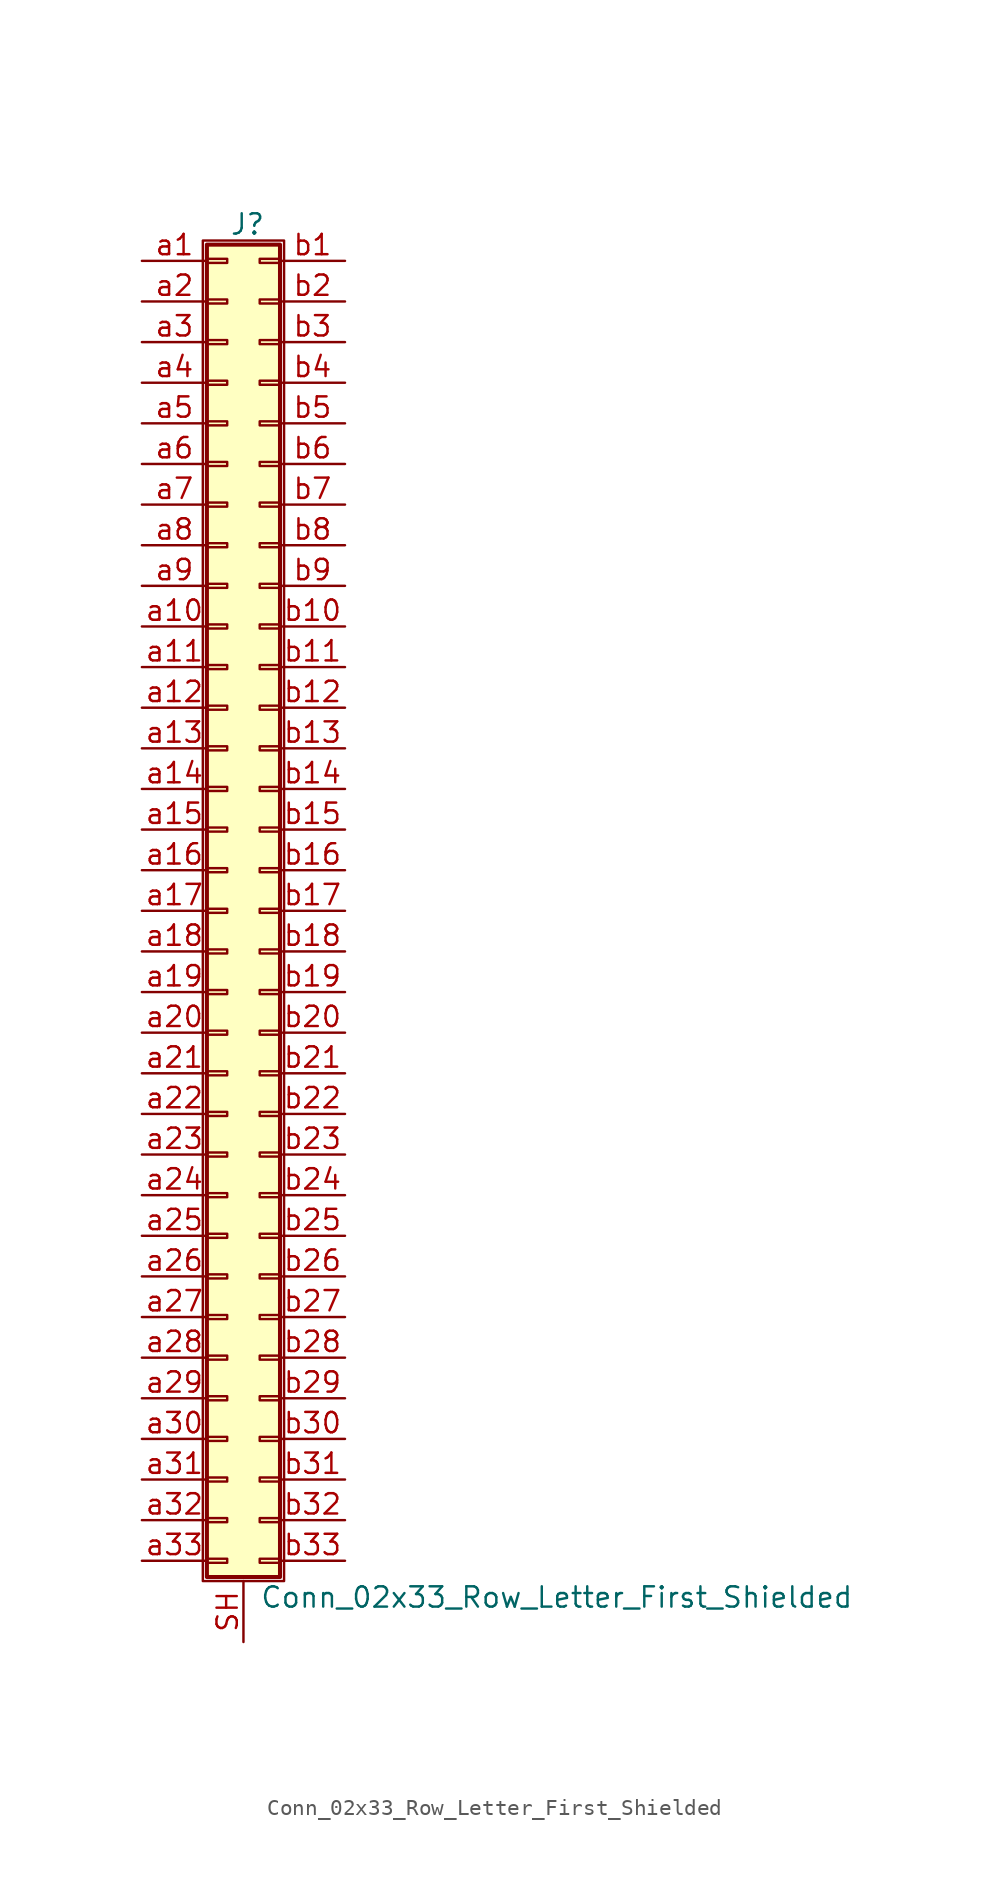
<source format=kicad_sym>
(kicad_symbol_lib
  (version 20201005)
  (generator kicad_symbol_editor)
  (symbol "Conn_02x33_Row_Letter_First_Shielded"
    (pin_names
      (offset 1.016) hide)
    (property "Reference" "J"
      (at 1.524 42.926 0)
      (effects (font (size 1.27 1.27))))
    (property "Value" "Conn_02x33_Row_Letter_First_Shielded"
      (at 2.286 -42.926 0)
      (effects (font (size 1.27 1.27)) (justify left)))
    (symbol "Conn_02x33_Row_Letter_First_Shielded_1_1"
      (rectangle (start -1.27 41.91) (end 3.81 -41.91) (stroke (width 0.152)) (fill (type none)))
      (rectangle (start -1.016 -40.513) (end 0.254 -40.767) (stroke (width 0.152)) (fill (type none)))
      (rectangle (start -1.016 -37.973) (end 0.254 -38.227) (stroke (width 0.152)) (fill (type none)))
      (rectangle (start -1.016 -35.433) (end 0.254 -35.687) (stroke (width 0.152)) (fill (type none)))
      (rectangle (start -1.016 -32.893) (end 0.254 -33.147) (stroke (width 0.152)) (fill (type none)))
      (rectangle (start -1.016 -30.353) (end 0.254 -30.607) (stroke (width 0.152)) (fill (type none)))
      (rectangle (start -1.016 -27.813) (end 0.254 -28.067) (stroke (width 0.152)) (fill (type none)))
      (rectangle (start -1.016 -25.273) (end 0.254 -25.527) (stroke (width 0.152)) (fill (type none)))
      (rectangle (start -1.016 -22.733) (end 0.254 -22.987) (stroke (width 0.152)) (fill (type none)))
      (rectangle (start -1.016 -20.193) (end 0.254 -20.447) (stroke (width 0.152)) (fill (type none)))
      (rectangle (start -1.016 -17.653) (end 0.254 -17.907) (stroke (width 0.152)) (fill (type none)))
      (rectangle (start -1.016 -15.113) (end 0.254 -15.367) (stroke (width 0.152)) (fill (type none)))
      (rectangle (start -1.016 -12.573) (end 0.254 -12.827) (stroke (width 0.152)) (fill (type none)))
      (rectangle (start -1.016 -10.033) (end 0.254 -10.287) (stroke (width 0.152)) (fill (type none)))
      (rectangle (start -1.016 -7.493) (end 0.254 -7.747) (stroke (width 0.152)) (fill (type none)))
      (rectangle (start -1.016 -4.953) (end 0.254 -5.207) (stroke (width 0.152)) (fill (type none)))
      (rectangle (start -1.016 -2.413) (end 0.254 -2.667) (stroke (width 0.152)) (fill (type none)))
      (rectangle (start -1.016 0.127) (end 0.254 -0.127) (stroke (width 0.152)) (fill (type none)))
      (rectangle (start -1.016 2.667) (end 0.254 2.413) (stroke (width 0.152)) (fill (type none)))
      (rectangle (start -1.016 5.207) (end 0.254 4.953) (stroke (width 0.152)) (fill (type none)))
      (rectangle (start -1.016 7.747) (end 0.254 7.493) (stroke (width 0.152)) (fill (type none)))
      (rectangle (start -1.016 10.287) (end 0.254 10.033) (stroke (width 0.152)) (fill (type none)))
      (rectangle (start -1.016 12.827) (end 0.254 12.573) (stroke (width 0.152)) (fill (type none)))
      (rectangle (start -1.016 15.367) (end 0.254 15.113) (stroke (width 0.152)) (fill (type none)))
      (rectangle (start -1.016 17.907) (end 0.254 17.653) (stroke (width 0.152)) (fill (type none)))
      (rectangle (start -1.016 20.447) (end 0.254 20.193) (stroke (width 0.152)) (fill (type none)))
      (rectangle (start -1.016 22.987) (end 0.254 22.733) (stroke (width 0.152)) (fill (type none)))
      (rectangle (start -1.016 25.527) (end 0.254 25.273) (stroke (width 0.152)) (fill (type none)))
      (rectangle (start -1.016 28.067) (end 0.254 27.813) (stroke (width 0.152)) (fill (type none)))
      (rectangle (start -1.016 30.607) (end 0.254 30.353) (stroke (width 0.152)) (fill (type none)))
      (rectangle (start -1.016 33.147) (end 0.254 32.893) (stroke (width 0.152)) (fill (type none)))
      (rectangle (start -1.016 35.687) (end 0.254 35.433) (stroke (width 0.152)) (fill (type none)))
      (rectangle (start -1.016 38.227) (end 0.254 37.973) (stroke (width 0.152)) (fill (type none)))
      (rectangle (start -1.016 40.767) (end 0.254 40.513) (stroke (width 0.152)) (fill (type none)))
      (rectangle (start 3.556 -40.513) (end 2.286 -40.767) (stroke (width 0.152)) (fill (type none)))
      (rectangle (start 3.556 -37.973) (end 2.286 -38.227) (stroke (width 0.152)) (fill (type none)))
      (rectangle (start 3.556 -35.433) (end 2.286 -35.687) (stroke (width 0.152)) (fill (type none)))
      (rectangle (start 3.556 -32.893) (end 2.286 -33.147) (stroke (width 0.152)) (fill (type none)))
      (rectangle (start 3.556 -30.353) (end 2.286 -30.607) (stroke (width 0.152)) (fill (type none)))
      (rectangle (start 3.556 -27.813) (end 2.286 -28.067) (stroke (width 0.152)) (fill (type none)))
      (rectangle (start 3.556 -25.273) (end 2.286 -25.527) (stroke (width 0.152)) (fill (type none)))
      (rectangle (start 3.556 -22.733) (end 2.286 -22.987) (stroke (width 0.152)) (fill (type none)))
      (rectangle (start 3.556 -20.193) (end 2.286 -20.447) (stroke (width 0.152)) (fill (type none)))
      (rectangle (start 3.556 -17.653) (end 2.286 -17.907) (stroke (width 0.152)) (fill (type none)))
      (rectangle (start 3.556 -15.113) (end 2.286 -15.367) (stroke (width 0.152)) (fill (type none)))
      (rectangle (start 3.556 -12.573) (end 2.286 -12.827) (stroke (width 0.152)) (fill (type none)))
      (rectangle (start 3.556 -10.033) (end 2.286 -10.287) (stroke (width 0.152)) (fill (type none)))
      (rectangle (start 3.556 -7.493) (end 2.286 -7.747) (stroke (width 0.152)) (fill (type none)))
      (rectangle (start 3.556 -4.953) (end 2.286 -5.207) (stroke (width 0.152)) (fill (type none)))
      (rectangle (start 3.556 -2.413) (end 2.286 -2.667) (stroke (width 0.152)) (fill (type none)))
      (rectangle (start 3.556 0.127) (end 2.286 -0.127) (stroke (width 0.152)) (fill (type none)))
      (rectangle (start 3.556 2.667) (end 2.286 2.413) (stroke (width 0.152)) (fill (type none)))
      (rectangle (start 3.556 5.207) (end 2.286 4.953) (stroke (width 0.152)) (fill (type none)))
      (rectangle (start 3.556 7.747) (end 2.286 7.493) (stroke (width 0.152)) (fill (type none)))
      (rectangle (start 3.556 10.287) (end 2.286 10.033) (stroke (width 0.152)) (fill (type none)))
      (rectangle (start 3.556 12.827) (end 2.286 12.573) (stroke (width 0.152)) (fill (type none)))
      (rectangle (start 3.556 15.367) (end 2.286 15.113) (stroke (width 0.152)) (fill (type none)))
      (rectangle (start 3.556 17.907) (end 2.286 17.653) (stroke (width 0.152)) (fill (type none)))
      (rectangle (start 3.556 20.447) (end 2.286 20.193) (stroke (width 0.152)) (fill (type none)))
      (rectangle (start 3.556 22.987) (end 2.286 22.733) (stroke (width 0.152)) (fill (type none)))
      (rectangle (start 3.556 25.527) (end 2.286 25.273) (stroke (width 0.152)) (fill (type none)))
      (rectangle (start 3.556 28.067) (end 2.286 27.813) (stroke (width 0.152)) (fill (type none)))
      (rectangle (start 3.556 30.607) (end 2.286 30.353) (stroke (width 0.152)) (fill (type none)))
      (rectangle (start 3.556 33.147) (end 2.286 32.893) (stroke (width 0.152)) (fill (type none)))
      (rectangle (start 3.556 35.687) (end 2.286 35.433) (stroke (width 0.152)) (fill (type none)))
      (rectangle (start 3.556 38.227) (end 2.286 37.973) (stroke (width 0.152)) (fill (type none)))
      (rectangle (start 3.556 40.767) (end 2.286 40.513) (stroke (width 0.152)) (fill (type none)))
      (rectangle (start -1.016 41.656) (end 3.556 -41.656) (stroke (width 0.254)) (fill (type background)))
      (pin passive line (at 1.27 -45.72 90) (length 3.81) (name "Shield" (effects (font (size 1.27 1.27)))) (number "SH" (effects (font (size 1.27 1.27)))))
      (pin passive line (at -5.08 40.64 0) (length 4.064) (name "Pin_a1" (effects (font (size 1.27 1.27)))) (number "a1" (effects (font (size 1.27 1.27)))))
      (pin passive line (at -5.08 17.78 0) (length 4.064) (name "Pin_a10" (effects (font (size 1.27 1.27)))) (number "a10" (effects (font (size 1.27 1.27)))))
      (pin passive line (at -5.08 15.24 0) (length 4.064) (name "Pin_a11" (effects (font (size 1.27 1.27)))) (number "a11" (effects (font (size 1.27 1.27)))))
      (pin passive line (at -5.08 12.7 0) (length 4.064) (name "Pin_a12" (effects (font (size 1.27 1.27)))) (number "a12" (effects (font (size 1.27 1.27)))))
      (pin passive line (at -5.08 10.16 0) (length 4.064) (name "Pin_a13" (effects (font (size 1.27 1.27)))) (number "a13" (effects (font (size 1.27 1.27)))))
      (pin passive line (at -5.08 7.62 0) (length 4.064) (name "Pin_a14" (effects (font (size 1.27 1.27)))) (number "a14" (effects (font (size 1.27 1.27)))))
      (pin passive line (at -5.08 5.08 0) (length 4.064) (name "Pin_a15" (effects (font (size 1.27 1.27)))) (number "a15" (effects (font (size 1.27 1.27)))))
      (pin passive line (at -5.08 2.54 0) (length 4.064) (name "Pin_a16" (effects (font (size 1.27 1.27)))) (number "a16" (effects (font (size 1.27 1.27)))))
      (pin passive line (at -5.08 0 0) (length 4.064) (name "Pin_a17" (effects (font (size 1.27 1.27)))) (number "a17" (effects (font (size 1.27 1.27)))))
      (pin passive line (at -5.08 -2.54 0) (length 4.064) (name "Pin_a18" (effects (font (size 1.27 1.27)))) (number "a18" (effects (font (size 1.27 1.27)))))
      (pin passive line (at -5.08 -5.08 0) (length 4.064) (name "Pin_a19" (effects (font (size 1.27 1.27)))) (number "a19" (effects (font (size 1.27 1.27)))))
      (pin passive line (at -5.08 38.1 0) (length 4.064) (name "Pin_a2" (effects (font (size 1.27 1.27)))) (number "a2" (effects (font (size 1.27 1.27)))))
      (pin passive line (at -5.08 -7.62 0) (length 4.064) (name "Pin_a20" (effects (font (size 1.27 1.27)))) (number "a20" (effects (font (size 1.27 1.27)))))
      (pin passive line (at -5.08 -10.16 0) (length 4.064) (name "Pin_a21" (effects (font (size 1.27 1.27)))) (number "a21" (effects (font (size 1.27 1.27)))))
      (pin passive line (at -5.08 -12.7 0) (length 4.064) (name "Pin_a22" (effects (font (size 1.27 1.27)))) (number "a22" (effects (font (size 1.27 1.27)))))
      (pin passive line (at -5.08 -15.24 0) (length 4.064) (name "Pin_a23" (effects (font (size 1.27 1.27)))) (number "a23" (effects (font (size 1.27 1.27)))))
      (pin passive line (at -5.08 -17.78 0) (length 4.064) (name "Pin_a24" (effects (font (size 1.27 1.27)))) (number "a24" (effects (font (size 1.27 1.27)))))
      (pin passive line (at -5.08 -20.32 0) (length 4.064) (name "Pin_a25" (effects (font (size 1.27 1.27)))) (number "a25" (effects (font (size 1.27 1.27)))))
      (pin passive line (at -5.08 -22.86 0) (length 4.064) (name "Pin_a26" (effects (font (size 1.27 1.27)))) (number "a26" (effects (font (size 1.27 1.27)))))
      (pin passive line (at -5.08 -25.4 0) (length 4.064) (name "Pin_a27" (effects (font (size 1.27 1.27)))) (number "a27" (effects (font (size 1.27 1.27)))))
      (pin passive line (at -5.08 -27.94 0) (length 4.064) (name "Pin_a28" (effects (font (size 1.27 1.27)))) (number "a28" (effects (font (size 1.27 1.27)))))
      (pin passive line (at -5.08 -30.48 0) (length 4.064) (name "Pin_a29" (effects (font (size 1.27 1.27)))) (number "a29" (effects (font (size 1.27 1.27)))))
      (pin passive line (at -5.08 35.56 0) (length 4.064) (name "Pin_a3" (effects (font (size 1.27 1.27)))) (number "a3" (effects (font (size 1.27 1.27)))))
      (pin passive line (at -5.08 -33.02 0) (length 4.064) (name "Pin_a30" (effects (font (size 1.27 1.27)))) (number "a30" (effects (font (size 1.27 1.27)))))
      (pin passive line (at -5.08 -35.56 0) (length 4.064) (name "Pin_a31" (effects (font (size 1.27 1.27)))) (number "a31" (effects (font (size 1.27 1.27)))))
      (pin passive line (at -5.08 -38.1 0) (length 4.064) (name "Pin_a32" (effects (font (size 1.27 1.27)))) (number "a32" (effects (font (size 1.27 1.27)))))
      (pin passive line (at -5.08 -40.64 0) (length 4.064) (name "Pin_a33" (effects (font (size 1.27 1.27)))) (number "a33" (effects (font (size 1.27 1.27)))))
      (pin passive line (at -5.08 33.02 0) (length 4.064) (name "Pin_a4" (effects (font (size 1.27 1.27)))) (number "a4" (effects (font (size 1.27 1.27)))))
      (pin passive line (at -5.08 30.48 0) (length 4.064) (name "Pin_a5" (effects (font (size 1.27 1.27)))) (number "a5" (effects (font (size 1.27 1.27)))))
      (pin passive line (at -5.08 27.94 0) (length 4.064) (name "Pin_a6" (effects (font (size 1.27 1.27)))) (number "a6" (effects (font (size 1.27 1.27)))))
      (pin passive line (at -5.08 25.4 0) (length 4.064) (name "Pin_a7" (effects (font (size 1.27 1.27)))) (number "a7" (effects (font (size 1.27 1.27)))))
      (pin passive line (at -5.08 22.86 0) (length 4.064) (name "Pin_a8" (effects (font (size 1.27 1.27)))) (number "a8" (effects (font (size 1.27 1.27)))))
      (pin passive line (at -5.08 20.32 0) (length 4.064) (name "Pin_a9" (effects (font (size 1.27 1.27)))) (number "a9" (effects (font (size 1.27 1.27)))))
      (pin passive line (at 7.62 40.64 180) (length 4.064) (name "Pin_b1" (effects (font (size 1.27 1.27)))) (number "b1" (effects (font (size 1.27 1.27)))))
      (pin passive line (at 7.62 17.78 180) (length 4.064) (name "Pin_b10" (effects (font (size 1.27 1.27)))) (number "b10" (effects (font (size 1.27 1.27)))))
      (pin passive line (at 7.62 15.24 180) (length 4.064) (name "Pin_b11" (effects (font (size 1.27 1.27)))) (number "b11" (effects (font (size 1.27 1.27)))))
      (pin passive line (at 7.62 12.7 180) (length 4.064) (name "Pin_b12" (effects (font (size 1.27 1.27)))) (number "b12" (effects (font (size 1.27 1.27)))))
      (pin passive line (at 7.62 10.16 180) (length 4.064) (name "Pin_b13" (effects (font (size 1.27 1.27)))) (number "b13" (effects (font (size 1.27 1.27)))))
      (pin passive line (at 7.62 7.62 180) (length 4.064) (name "Pin_b14" (effects (font (size 1.27 1.27)))) (number "b14" (effects (font (size 1.27 1.27)))))
      (pin passive line (at 7.62 5.08 180) (length 4.064) (name "Pin_b15" (effects (font (size 1.27 1.27)))) (number "b15" (effects (font (size 1.27 1.27)))))
      (pin passive line (at 7.62 2.54 180) (length 4.064) (name "Pin_b16" (effects (font (size 1.27 1.27)))) (number "b16" (effects (font (size 1.27 1.27)))))
      (pin passive line (at 7.62 0 180) (length 4.064) (name "Pin_b17" (effects (font (size 1.27 1.27)))) (number "b17" (effects (font (size 1.27 1.27)))))
      (pin passive line (at 7.62 -2.54 180) (length 4.064) (name "Pin_b18" (effects (font (size 1.27 1.27)))) (number "b18" (effects (font (size 1.27 1.27)))))
      (pin passive line (at 7.62 -5.08 180) (length 4.064) (name "Pin_b19" (effects (font (size 1.27 1.27)))) (number "b19" (effects (font (size 1.27 1.27)))))
      (pin passive line (at 7.62 38.1 180) (length 4.064) (name "Pin_b2" (effects (font (size 1.27 1.27)))) (number "b2" (effects (font (size 1.27 1.27)))))
      (pin passive line (at 7.62 -7.62 180) (length 4.064) (name "Pin_b20" (effects (font (size 1.27 1.27)))) (number "b20" (effects (font (size 1.27 1.27)))))
      (pin passive line (at 7.62 -10.16 180) (length 4.064) (name "Pin_b21" (effects (font (size 1.27 1.27)))) (number "b21" (effects (font (size 1.27 1.27)))))
      (pin passive line (at 7.62 -12.7 180) (length 4.064) (name "Pin_b22" (effects (font (size 1.27 1.27)))) (number "b22" (effects (font (size 1.27 1.27)))))
      (pin passive line (at 7.62 -15.24 180) (length 4.064) (name "Pin_b23" (effects (font (size 1.27 1.27)))) (number "b23" (effects (font (size 1.27 1.27)))))
      (pin passive line (at 7.62 -17.78 180) (length 4.064) (name "Pin_b24" (effects (font (size 1.27 1.27)))) (number "b24" (effects (font (size 1.27 1.27)))))
      (pin passive line (at 7.62 -20.32 180) (length 4.064) (name "Pin_b25" (effects (font (size 1.27 1.27)))) (number "b25" (effects (font (size 1.27 1.27)))))
      (pin passive line (at 7.62 -22.86 180) (length 4.064) (name "Pin_b26" (effects (font (size 1.27 1.27)))) (number "b26" (effects (font (size 1.27 1.27)))))
      (pin passive line (at 7.62 -25.4 180) (length 4.064) (name "Pin_b27" (effects (font (size 1.27 1.27)))) (number "b27" (effects (font (size 1.27 1.27)))))
      (pin passive line (at 7.62 -27.94 180) (length 4.064) (name "Pin_b28" (effects (font (size 1.27 1.27)))) (number "b28" (effects (font (size 1.27 1.27)))))
      (pin passive line (at 7.62 -30.48 180) (length 4.064) (name "Pin_b29" (effects (font (size 1.27 1.27)))) (number "b29" (effects (font (size 1.27 1.27)))))
      (pin passive line (at 7.62 35.56 180) (length 4.064) (name "Pin_b3" (effects (font (size 1.27 1.27)))) (number "b3" (effects (font (size 1.27 1.27)))))
      (pin passive line (at 7.62 -33.02 180) (length 4.064) (name "Pin_b30" (effects (font (size 1.27 1.27)))) (number "b30" (effects (font (size 1.27 1.27)))))
      (pin passive line (at 7.62 -35.56 180) (length 4.064) (name "Pin_b31" (effects (font (size 1.27 1.27)))) (number "b31" (effects (font (size 1.27 1.27)))))
      (pin passive line (at 7.62 -38.1 180) (length 4.064) (name "Pin_b32" (effects (font (size 1.27 1.27)))) (number "b32" (effects (font (size 1.27 1.27)))))
      (pin passive line (at 7.62 -40.64 180) (length 4.064) (name "Pin_b33" (effects (font (size 1.27 1.27)))) (number "b33" (effects (font (size 1.27 1.27)))))
      (pin passive line (at 7.62 33.02 180) (length 4.064) (name "Pin_b4" (effects (font (size 1.27 1.27)))) (number "b4" (effects (font (size 1.27 1.27)))))
      (pin passive line (at 7.62 30.48 180) (length 4.064) (name "Pin_b5" (effects (font (size 1.27 1.27)))) (number "b5" (effects (font (size 1.27 1.27)))))
      (pin passive line (at 7.62 27.94 180) (length 4.064) (name "Pin_b6" (effects (font (size 1.27 1.27)))) (number "b6" (effects (font (size 1.27 1.27)))))
      (pin passive line (at 7.62 25.4 180) (length 4.064) (name "Pin_b7" (effects (font (size 1.27 1.27)))) (number "b7" (effects (font (size 1.27 1.27)))))
      (pin passive line (at 7.62 22.86 180) (length 4.064) (name "Pin_b8" (effects (font (size 1.27 1.27)))) (number "b8" (effects (font (size 1.27 1.27)))))
      (pin passive line (at 7.62 20.32 180) (length 4.064) (name "Pin_b9" (effects (font (size 1.27 1.27)))) (number "b9" (effects (font (size 1.27 1.27))))))))
</source>
